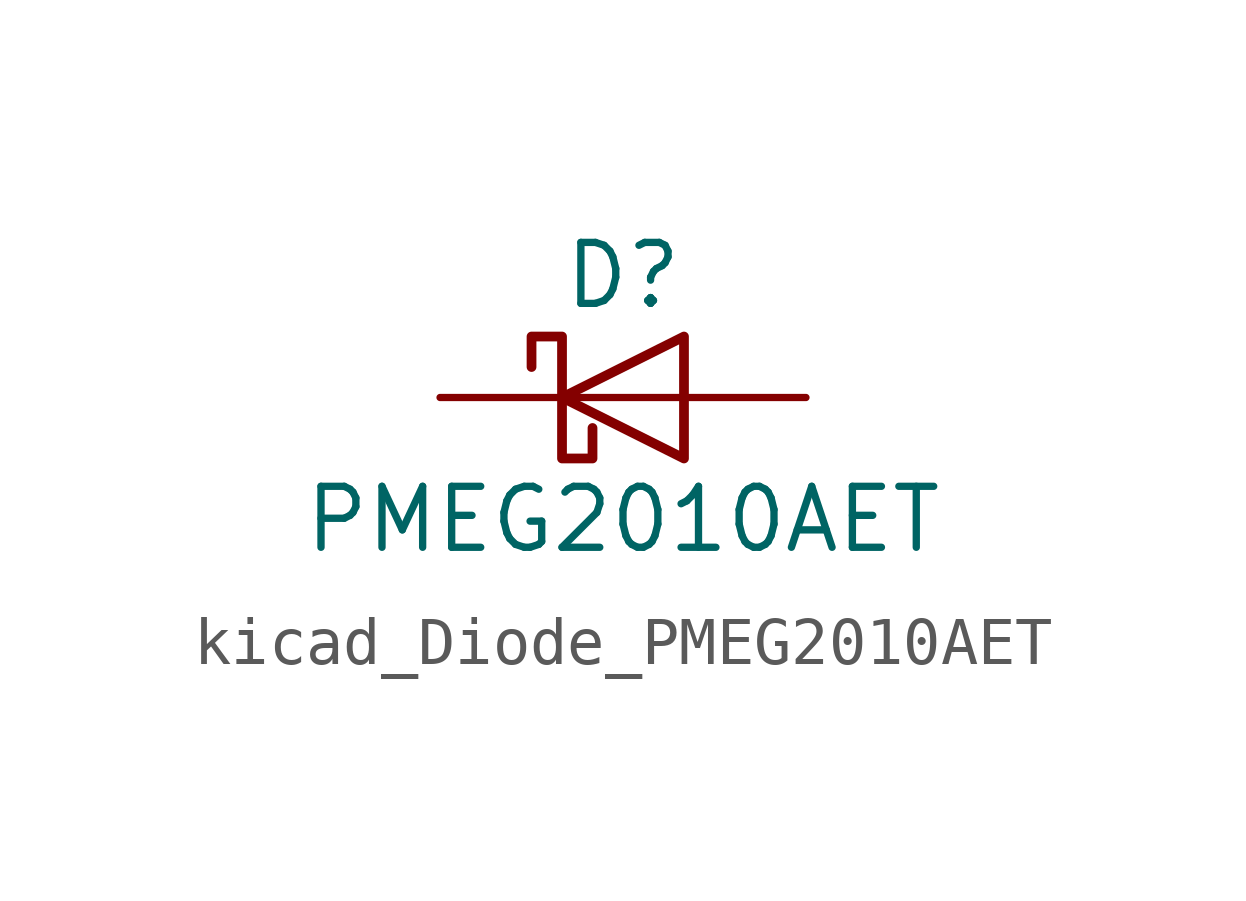
<source format=kicad_sym>
(kicad_symbol_lib
  (version 20220914)
  (generator kicad_symbol_editor)
  (symbol "kicad_Diode_PMEG2010AET"
    (pin_numbers hide)
    (pin_names hide)
    (property "Reference" "D"
      (at 0 2.54 0)
      (effects (font (size 1.27 1.27))))
    (property "Value" "PMEG2010AET"
      (at 0 -2.54 0)
      (effects (font (size 1.27 1.27))))
    (symbol "kicad_Diode_PMEG2010AET_0_1"
      (polyline (pts (xy 1.27 0) (xy -1.27 0)) (stroke (width 0) (type default)) (fill (type none)))
      (polyline (pts (xy 1.27 -1.27) (xy 1.27 1.27) (xy -1.27 0) (xy 1.27 -1.27)) (stroke (width 0.203) (type default)) (fill (type none)))
      (polyline (pts (xy -1.905 0.635) (xy -1.905 1.27) (xy -1.27 1.27) (xy -1.27 -1.27) (xy -0.635 -1.27) (xy -0.635 -0.635)) (stroke (width 0.203) (type default)) (fill (type none))))
    (symbol "kicad_Diode_PMEG2010AET_1_1"
      (pin passive line (at 3.81 0 180) (length 2.54) (name "A" (effects (font (size 1.27 1.27)))) (number "1" (effects (font (size 1.27 1.27)))))
      (pin no_connect line (at 0 0 180) (length 2.54) hide (name "NC" (effects (font (size 1.27 1.27)))) (number "2" (effects (font (size 1.27 1.27)))))
      (pin passive line (at -3.81 0 0) (length 2.54) (name "K" (effects (font (size 1.27 1.27)))) (number "3" (effects (font (size 1.27 1.27))))))))
</source>
